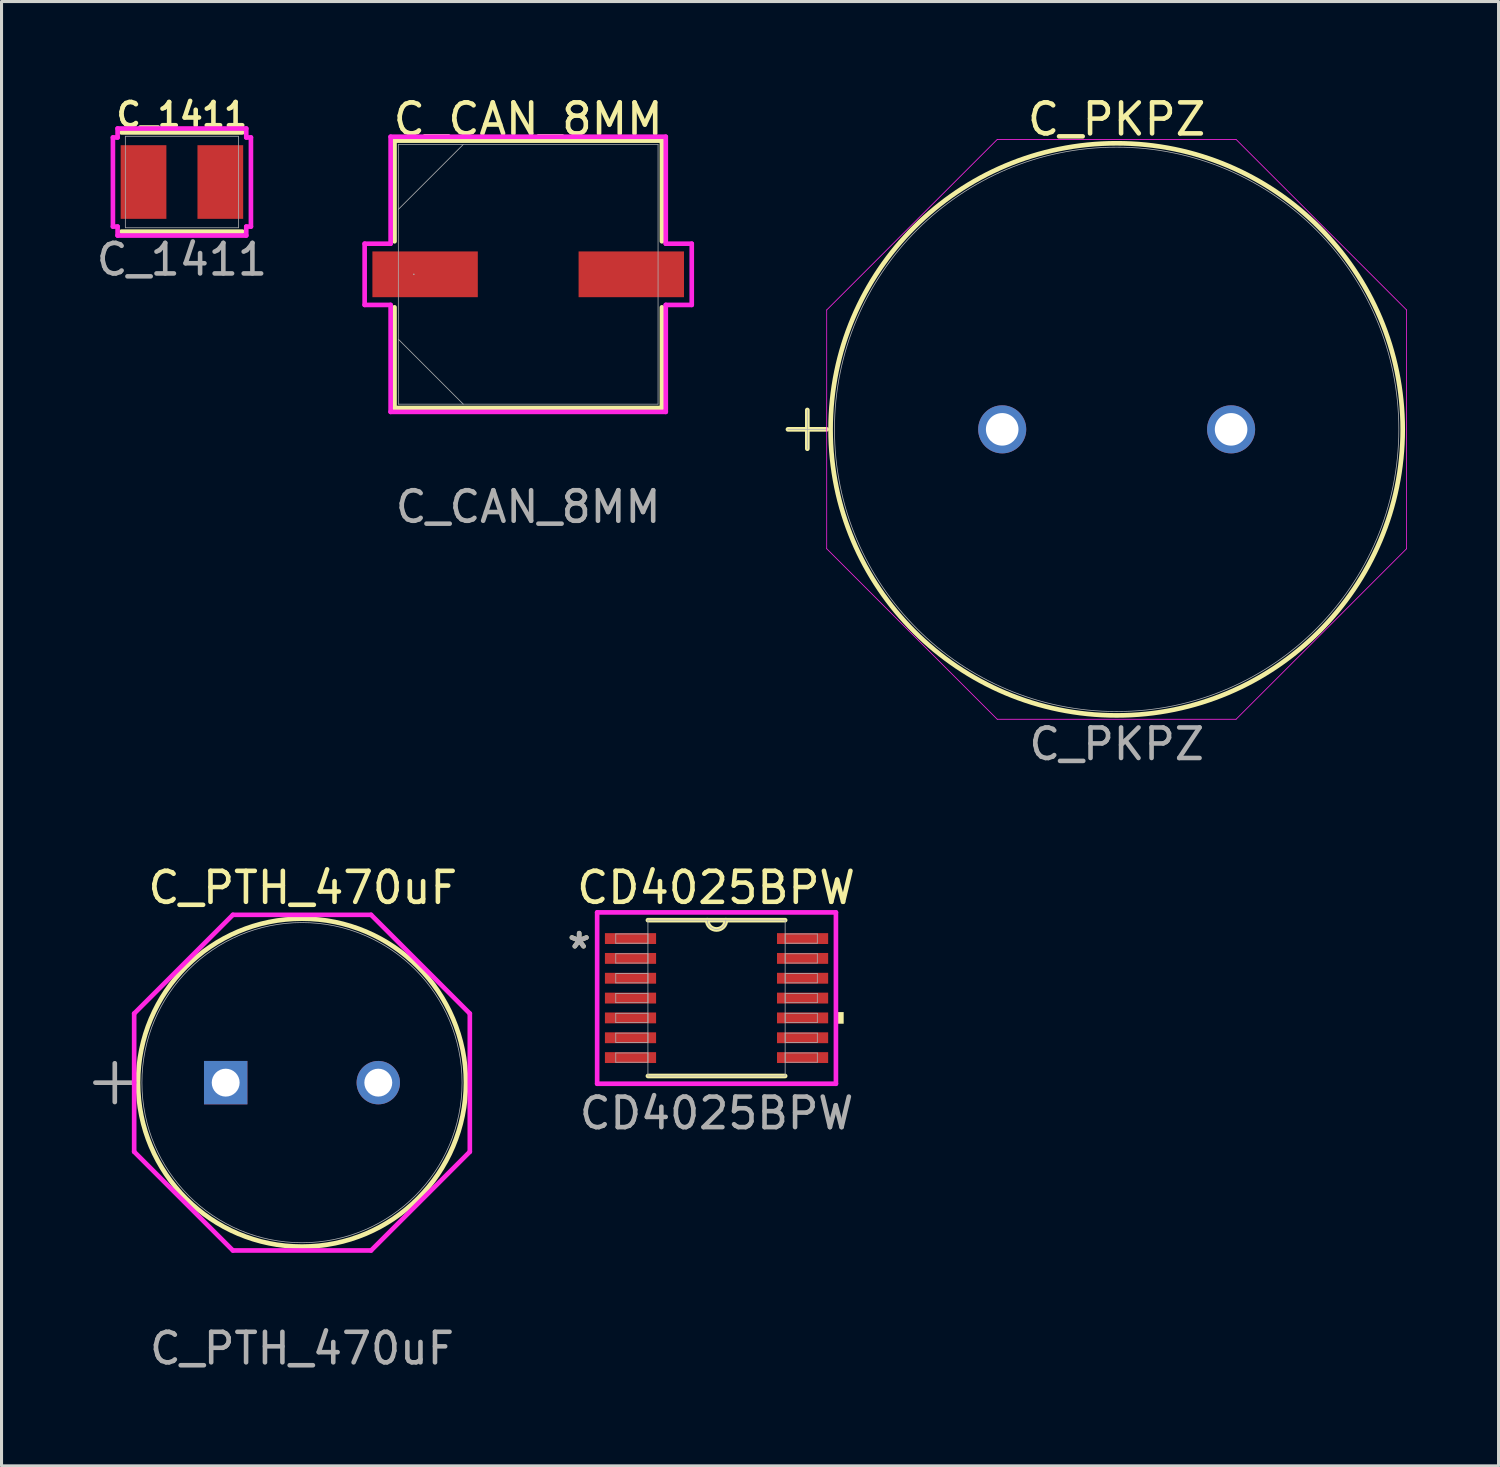
<source format=kicad_pcb>
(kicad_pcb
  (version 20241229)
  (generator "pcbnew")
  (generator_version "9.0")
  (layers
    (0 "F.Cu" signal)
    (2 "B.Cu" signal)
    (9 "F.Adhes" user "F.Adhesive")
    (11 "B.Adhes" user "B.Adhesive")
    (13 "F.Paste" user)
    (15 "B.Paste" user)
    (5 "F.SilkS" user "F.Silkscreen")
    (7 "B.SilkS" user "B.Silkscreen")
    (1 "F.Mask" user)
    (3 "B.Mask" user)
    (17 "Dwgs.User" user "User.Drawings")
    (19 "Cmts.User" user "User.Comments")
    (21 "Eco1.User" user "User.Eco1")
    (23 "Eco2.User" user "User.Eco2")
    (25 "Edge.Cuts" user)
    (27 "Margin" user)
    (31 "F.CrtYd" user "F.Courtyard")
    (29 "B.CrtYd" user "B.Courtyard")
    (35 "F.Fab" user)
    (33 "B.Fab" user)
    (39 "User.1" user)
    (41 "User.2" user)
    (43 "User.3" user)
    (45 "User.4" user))
  (footprint "C_PKPZ"
    (layer "F.Cu")
    (at 29.788 11.018)
    (property "Reference" "C_PKPZ" (at 3.75 -10.16 0) (unlocked yes) (layer "F.SilkS") (effects (font (size 1.016 1.016) (thickness 0.15))))
    (attr through_hole)
    (fp_line (start -7.02 0) (end -5.75 0) (stroke (width 0.152) (type solid)) (layer "F.SilkS"))
    (fp_line (start -6.385 -0.635) (end -6.385 0.635) (stroke (width 0.152) (type solid)) (layer "F.SilkS"))
    (fp_circle (center 3.75 0) (end 13.123 0) (stroke (width 0.152) (type solid)) (fill no) (layer "F.SilkS"))
    (fp_line (start -5.75 -3.912) (end -0.162 -9.5) (stroke (width 0.025) (type solid)) (layer "F.CrtYd"))
    (fp_line (start -5.75 3.912) (end -5.75 -3.912) (stroke (width 0.025) (type solid)) (layer "F.CrtYd"))
    (fp_line (start -0.162 -9.5) (end 7.662 -9.5) (stroke (width 0.025) (type solid)) (layer "F.CrtYd"))
    (fp_line (start -0.162 9.5) (end -5.75 3.912) (stroke (width 0.025) (type solid)) (layer "F.CrtYd"))
    (fp_line (start 7.662 -9.5) (end 13.25 -3.912) (stroke (width 0.025) (type solid)) (layer "F.CrtYd"))
    (fp_line (start 7.662 9.5) (end -0.162 9.5) (stroke (width 0.025) (type solid)) (layer "F.CrtYd"))
    (fp_line (start 13.25 -3.912) (end 13.25 3.912) (stroke (width 0.025) (type solid)) (layer "F.CrtYd"))
    (fp_line (start 13.25 3.912) (end 7.662 9.5) (stroke (width 0.025) (type solid)) (layer "F.CrtYd"))
    (fp_line (start -7.02 0) (end -5.75 0) (stroke (width 0.025) (type solid)) (layer "F.Fab"))
    (fp_line (start -6.385 -0.635) (end -6.385 0.635) (stroke (width 0.025) (type solid)) (layer "F.Fab"))
    (fp_circle (center 3.75 0) (end 12.996 0) (stroke (width 0.025) (type solid)) (fill no) (layer "F.Fab"))
    (fp_text user "${REFERENCE}" (at 3.752 10.313 0) (unlocked yes) (layer "F.Fab") (effects (font (size 1 1) (thickness 0.15))))
    (pad "1" thru_hole circle (at 0 0) (size 1.575 1.575) (drill 1.067) (layers "*.Cu" "*.Mask"))
    (pad "2" thru_hole circle (at 7.5 0) (size 1.575 1.575) (drill 1.067) (layers "*.Cu" "*.Mask")))
  (footprint "CD4025BPW"
    (layer "F.Cu")
    (at 20.428 29.653)
    (property "Reference" "CD4025BPW" (at -0.015 -3.617 0) (unlocked yes) (layer "F.SilkS") (effects (font (size 1.016 1.016) (thickness 0.15))))
    (attr smd)
    (fp_line (start -2.248 2.553) (end 2.248 2.553) (stroke (width 0.152) (type solid)) (layer "F.SilkS"))
    (fp_line (start 2.248 -2.553) (end -2.248 -2.553) (stroke (width 0.152) (type solid)) (layer "F.SilkS"))
    (fp_arc (start 0.3048 -2.5527) (mid 0 -2.2479) (end -0.3048 -2.5527) (stroke (width 0.1524) (type solid)) (layer "F.SilkS"))
    (fp_poly (pts (xy 4.166 0.459) (xy 4.166 0.84) (xy 3.912 0.84) (xy 3.912 0.459)) (stroke (width 0) (type solid)) (fill yes) (layer "F.SilkS"))
    (fp_line (start -3.912 -2.807) (end 3.912 -2.807) (stroke (width 0.152) (type solid)) (layer "F.CrtYd"))
    (fp_line (start -3.912 2.807) (end -3.912 -2.807) (stroke (width 0.152) (type solid)) (layer "F.CrtYd"))
    (fp_line (start 3.912 -2.807) (end 3.912 2.807) (stroke (width 0.152) (type solid)) (layer "F.CrtYd"))
    (fp_line (start 3.912 2.807) (end -3.912 2.807) (stroke (width 0.152) (type solid)) (layer "F.CrtYd"))
    (fp_line (start -3.302 -2.102) (end -3.302 -1.798) (stroke (width 0.025) (type solid)) (layer "F.Fab"))
    (fp_line (start -3.302 -1.798) (end -2.248 -1.798) (stroke (width 0.025) (type solid)) (layer "F.Fab"))
    (fp_line (start -3.302 -1.452) (end -3.302 -1.148) (stroke (width 0.025) (type solid)) (layer "F.Fab"))
    (fp_line (start -3.302 -1.148) (end -2.248 -1.148) (stroke (width 0.025) (type solid)) (layer "F.Fab"))
    (fp_line (start -3.302 -0.802) (end -3.302 -0.498) (stroke (width 0.025) (type solid)) (layer "F.Fab"))
    (fp_line (start -3.302 -0.498) (end -2.248 -0.498) (stroke (width 0.025) (type solid)) (layer "F.Fab"))
    (fp_line (start -3.302 -0.152) (end -3.302 0.152) (stroke (width 0.025) (type solid)) (layer "F.Fab"))
    (fp_line (start -3.302 0.152) (end -2.248 0.152) (stroke (width 0.025) (type solid)) (layer "F.Fab"))
    (fp_line (start -3.302 0.498) (end -3.302 0.802) (stroke (width 0.025) (type solid)) (layer "F.Fab"))
    (fp_line (start -3.302 0.802) (end -2.248 0.802) (stroke (width 0.025) (type solid)) (layer "F.Fab"))
    (fp_line (start -3.302 1.148) (end -3.302 1.452) (stroke (width 0.025) (type solid)) (layer "F.Fab"))
    (fp_line (start -3.302 1.452) (end -2.248 1.452) (stroke (width 0.025) (type solid)) (layer "F.Fab"))
    (fp_line (start -3.302 1.798) (end -3.302 2.102) (stroke (width 0.025) (type solid)) (layer "F.Fab"))
    (fp_line (start -3.302 2.102) (end -2.248 2.102) (stroke (width 0.025) (type solid)) (layer "F.Fab"))
    (fp_line (start -2.248 -2.553) (end -2.248 2.553) (stroke (width 0.025) (type solid)) (layer "F.Fab"))
    (fp_line (start -2.248 -2.102) (end -3.302 -2.102) (stroke (width 0.025) (type solid)) (layer "F.Fab"))
    (fp_line (start -2.248 -1.798) (end -2.248 -2.102) (stroke (width 0.025) (type solid)) (layer "F.Fab"))
    (fp_line (start -2.248 -1.452) (end -3.302 -1.452) (stroke (width 0.025) (type solid)) (layer "F.Fab"))
    (fp_line (start -2.248 -1.148) (end -2.248 -1.452) (stroke (width 0.025) (type solid)) (layer "F.Fab"))
    (fp_line (start -2.248 -0.802) (end -3.302 -0.802) (stroke (width 0.025) (type solid)) (layer "F.Fab"))
    (fp_line (start -2.248 -0.498) (end -2.248 -0.802) (stroke (width 0.025) (type solid)) (layer "F.Fab"))
    (fp_line (start -2.248 -0.152) (end -3.302 -0.152) (stroke (width 0.025) (type solid)) (layer "F.Fab"))
    (fp_line (start -2.248 0.152) (end -2.248 -0.152) (stroke (width 0.025) (type solid)) (layer "F.Fab"))
    (fp_line (start -2.248 0.498) (end -3.302 0.498) (stroke (width 0.025) (type solid)) (layer "F.Fab"))
    (fp_line (start -2.248 0.802) (end -2.248 0.498) (stroke (width 0.025) (type solid)) (layer "F.Fab"))
    (fp_line (start -2.248 1.148) (end -3.302 1.148) (stroke (width 0.025) (type solid)) (layer "F.Fab"))
    (fp_line (start -2.248 1.452) (end -2.248 1.148) (stroke (width 0.025) (type solid)) (layer "F.Fab"))
    (fp_line (start -2.248 1.798) (end -3.302 1.798) (stroke (width 0.025) (type solid)) (layer "F.Fab"))
    (fp_line (start -2.248 2.102) (end -2.248 1.798) (stroke (width 0.025) (type solid)) (layer "F.Fab"))
    (fp_line (start -2.248 2.553) (end 2.248 2.553) (stroke (width 0.025) (type solid)) (layer "F.Fab"))
    (fp_line (start 2.248 -2.553) (end -2.248 -2.553) (stroke (width 0.025) (type solid)) (layer "F.Fab"))
    (fp_line (start 2.248 -2.102) (end 2.248 -1.798) (stroke (width 0.025) (type solid)) (layer "F.Fab"))
    (fp_line (start 2.248 -1.798) (end 3.302 -1.798) (stroke (width 0.025) (type solid)) (layer "F.Fab"))
    (fp_line (start 2.248 -1.452) (end 2.248 -1.148) (stroke (width 0.025) (type solid)) (layer "F.Fab"))
    (fp_line (start 2.248 -1.148) (end 3.302 -1.148) (stroke (width 0.025) (type solid)) (layer "F.Fab"))
    (fp_line (start 2.248 -0.802) (end 2.248 -0.498) (stroke (width 0.025) (type solid)) (layer "F.Fab"))
    (fp_line (start 2.248 -0.498) (end 3.302 -0.498) (stroke (width 0.025) (type solid)) (layer "F.Fab"))
    (fp_line (start 2.248 -0.152) (end 2.248 0.152) (stroke (width 0.025) (type solid)) (layer "F.Fab"))
    (fp_line (start 2.248 0.152) (end 3.302 0.152) (stroke (width 0.025) (type solid)) (layer "F.Fab"))
    (fp_line (start 2.248 0.498) (end 2.248 0.802) (stroke (width 0.025) (type solid)) (layer "F.Fab"))
    (fp_line (start 2.248 0.802) (end 3.302 0.802) (stroke (width 0.025) (type solid)) (layer "F.Fab"))
    (fp_line (start 2.248 1.148) (end 2.248 1.452) (stroke (width 0.025) (type solid)) (layer "F.Fab"))
    (fp_line (start 2.248 1.452) (end 3.302 1.452) (stroke (width 0.025) (type solid)) (layer "F.Fab"))
    (fp_line (start 2.248 1.798) (end 2.248 2.102) (stroke (width 0.025) (type solid)) (layer "F.Fab"))
    (fp_line (start 2.248 2.102) (end 3.302 2.102) (stroke (width 0.025) (type solid)) (layer "F.Fab"))
    (fp_line (start 2.248 2.553) (end 2.248 -2.553) (stroke (width 0.025) (type solid)) (layer "F.Fab"))
    (fp_line (start 3.302 -2.102) (end 2.248 -2.102) (stroke (width 0.025) (type solid)) (layer "F.Fab"))
    (fp_line (start 3.302 -1.798) (end 3.302 -2.102) (stroke (width 0.025) (type solid)) (layer "F.Fab"))
    (fp_line (start 3.302 -1.452) (end 2.248 -1.452) (stroke (width 0.025) (type solid)) (layer "F.Fab"))
    (fp_line (start 3.302 -1.148) (end 3.302 -1.452) (stroke (width 0.025) (type solid)) (layer "F.Fab"))
    (fp_line (start 3.302 -0.802) (end 2.248 -0.802) (stroke (width 0.025) (type solid)) (layer "F.Fab"))
    (fp_line (start 3.302 -0.498) (end 3.302 -0.802) (stroke (width 0.025) (type solid)) (layer "F.Fab"))
    (fp_line (start 3.302 -0.152) (end 2.248 -0.152) (stroke (width 0.025) (type solid)) (layer "F.Fab"))
    (fp_line (start 3.302 0.152) (end 3.302 -0.152) (stroke (width 0.025) (type solid)) (layer "F.Fab"))
    (fp_line (start 3.302 0.498) (end 2.248 0.498) (stroke (width 0.025) (type solid)) (layer "F.Fab"))
    (fp_line (start 3.302 0.802) (end 3.302 0.498) (stroke (width 0.025) (type solid)) (layer "F.Fab"))
    (fp_line (start 3.302 1.148) (end 2.248 1.148) (stroke (width 0.025) (type solid)) (layer "F.Fab"))
    (fp_line (start 3.302 1.452) (end 3.302 1.148) (stroke (width 0.025) (type solid)) (layer "F.Fab"))
    (fp_line (start 3.302 1.798) (end 2.248 1.798) (stroke (width 0.025) (type solid)) (layer "F.Fab"))
    (fp_line (start 3.302 2.102) (end 3.302 1.798) (stroke (width 0.025) (type solid)) (layer "F.Fab"))
    (fp_arc (start 0.3048 -2.5527) (mid 0 -2.2479) (end -0.3048 -2.5527) (stroke (width 0.0254) (type solid)) (layer "F.Fab"))
    (fp_text user "*" (at -4.501 -1.582 0) (layer "F.SilkS") (effects (font (size 1 1) (thickness 0.15))))
    (fp_text user "${REFERENCE}" (at 0.002 3.773 0) (unlocked yes) (layer "F.Fab") (effects (font (size 1 1) (thickness 0.15))))
    (fp_text user "*" (at -4.501 -1.582 0) (layer "F.Fab") (effects (font (size 1 1) (thickness 0.15))))
    (pad "1" smd rect (at -2.819 -1.95) (size 1.676 0.356) (layers "F.Cu" "F.Mask" "F.Paste"))
    (pad "2" smd rect (at -2.819 -1.3) (size 1.676 0.356) (layers "F.Cu" "F.Mask" "F.Paste"))
    (pad "3" smd rect (at -2.819 -0.65) (size 1.676 0.356) (layers "F.Cu" "F.Mask" "F.Paste"))
    (pad "4" smd rect (at -2.819 0) (size 1.676 0.356) (layers "F.Cu" "F.Mask" "F.Paste"))
    (pad "5" smd rect (at -2.819 0.65) (size 1.676 0.356) (layers "F.Cu" "F.Mask" "F.Paste"))
    (pad "6" smd rect (at -2.819 1.3) (size 1.676 0.356) (layers "F.Cu" "F.Mask" "F.Paste"))
    (pad "7" smd rect (at -2.819 1.95) (size 1.676 0.356) (layers "F.Cu" "F.Mask" "F.Paste"))
    (pad "8" smd rect (at 2.819 1.95) (size 1.676 0.356) (layers "F.Cu" "F.Mask" "F.Paste"))
    (pad "9" smd rect (at 2.819 1.3) (size 1.676 0.356) (layers "F.Cu" "F.Mask" "F.Paste"))
    (pad "10" smd rect (at 2.819 0.65) (size 1.676 0.356) (layers "F.Cu" "F.Mask" "F.Paste"))
    (pad "11" smd rect (at 2.819 0) (size 1.676 0.356) (layers "F.Cu" "F.Mask" "F.Paste"))
    (pad "12" smd rect (at 2.819 -0.65) (size 1.676 0.356) (layers "F.Cu" "F.Mask" "F.Paste"))
    (pad "13" smd rect (at 2.819 -1.3) (size 1.676 0.356) (layers "F.Cu" "F.Mask" "F.Paste"))
    (pad "14" smd rect (at 2.819 -1.95) (size 1.676 0.356) (layers "F.Cu" "F.Mask" "F.Paste")))
  (footprint "C_1411"
    (layer "F.Cu")
    (at 2.911 2.914)
    (property "Reference" "C_1411" (at -0.002 -2.205 0) (unlocked yes) (layer "F.SilkS") (effects (font (size 0.762 0.762) (thickness 0.15))))
    (attr smd)
    (fp_line (start -1.981 1.626) (end 1.981 1.626) (stroke (width 0.152) (type solid)) (layer "F.SilkS"))
    (fp_line (start 1.981 -1.626) (end -1.981 -1.626) (stroke (width 0.152) (type solid)) (layer "F.SilkS"))
    (fp_line (start -2.261 -1.46) (end -2.108 -1.46) (stroke (width 0.152) (type solid)) (layer "F.CrtYd"))
    (fp_line (start -2.261 1.46) (end -2.261 -1.46) (stroke (width 0.152) (type solid)) (layer "F.CrtYd"))
    (fp_line (start -2.108 -1.753) (end 2.108 -1.753) (stroke (width 0.152) (type solid)) (layer "F.CrtYd"))
    (fp_line (start -2.108 -1.46) (end -2.108 -1.753) (stroke (width 0.152) (type solid)) (layer "F.CrtYd"))
    (fp_line (start -2.108 1.46) (end -2.261 1.46) (stroke (width 0.152) (type solid)) (layer "F.CrtYd"))
    (fp_line (start -2.108 1.753) (end -2.108 1.46) (stroke (width 0.152) (type solid)) (layer "F.CrtYd"))
    (fp_line (start 2.108 -1.753) (end 2.108 -1.46) (stroke (width 0.152) (type solid)) (layer "F.CrtYd"))
    (fp_line (start 2.108 -1.46) (end 2.261 -1.46) (stroke (width 0.152) (type solid)) (layer "F.CrtYd"))
    (fp_line (start 2.108 1.46) (end 2.108 1.753) (stroke (width 0.152) (type solid)) (layer "F.CrtYd"))
    (fp_line (start 2.108 1.753) (end -2.108 1.753) (stroke (width 0.152) (type solid)) (layer "F.CrtYd"))
    (fp_line (start 2.261 -1.46) (end 2.261 1.46) (stroke (width 0.152) (type solid)) (layer "F.CrtYd"))
    (fp_line (start 2.261 1.46) (end 2.108 1.46) (stroke (width 0.152) (type solid)) (layer "F.CrtYd"))
    (fp_line (start -1.854 -1.499) (end -1.854 1.499) (stroke (width 0.025) (type solid)) (layer "F.Fab"))
    (fp_line (start -1.854 1.499) (end 1.854 1.499) (stroke (width 0.025) (type solid)) (layer "F.Fab"))
    (fp_line (start 1.854 -1.499) (end -1.854 -1.499) (stroke (width 0.025) (type solid)) (layer "F.Fab"))
    (fp_line (start 1.854 1.499) (end 1.854 -1.499) (stroke (width 0.025) (type solid)) (layer "F.Fab"))
    (fp_text user "${REFERENCE}" (at 0 2.54 0) (unlocked yes) (layer "F.Fab") (effects (font (size 1 1) (thickness 0.15))))
    (pad "1" smd rect (at -1.258 0 90) (size 2.413 1.498) (layers "F.Cu" "F.Mask" "F.Paste"))
    (pad "2" smd rect (at 1.258 0 90) (size 2.413 1.498) (layers "F.Cu" "F.Mask" "F.Paste"))
    (zone (net_name "") (layer "F.Cu") (hatch full 0.508) (connect_pads) (min_thickness 0.254) (filled_areas_thickness no) (keepout (tracks not_allowed) (vias not_allowed) (pads allowed) (copperpour not_allowed) (footprints allowed)) (placement (enabled no)) (fill) (polygon (pts (xy 1.107 1.467) (xy 4.714 1.467) (xy 4.714 1.657) (xy 1.107 1.657))))
    (zone (net_name "") (layer "F.Cu") (hatch full 0.508) (connect_pads) (min_thickness 0.254) (filled_areas_thickness no) (keepout (tracks not_allowed) (vias not_allowed) (pads allowed) (copperpour not_allowed) (footprints allowed)) (placement (enabled no)) (fill) (polygon (pts (xy 1.107 4.172) (xy 4.714 4.172) (xy 4.714 4.362) (xy 1.107 4.362))))
    (zone (net_name "") (layer "F.Cu") (hatch full 0.508) (connect_pads) (min_thickness 0.254) (filled_areas_thickness no) (keepout (tracks not_allowed) (vias not_allowed) (pads allowed) (copperpour not_allowed) (footprints allowed)) (placement (enabled no)) (fill) (polygon (pts (xy 2.452 1.657) (xy 3.369 1.657) (xy 3.369 4.172) (xy 2.452 4.172)))))
  (footprint "C_PTH_470uF"
    (layer "F.Cu")
    (at 4.345 32.424)
    (property "Reference" "C_PTH_470uF" (at 2.526 -6.387 0) (unlocked yes) (layer "F.SilkS") (effects (font (size 1.016 1.016) (thickness 0.15))))
    (attr through_hole)
    (fp_circle (center 2.5 0) (end 7.872 0) (stroke (width 0.152) (type solid)) (fill no) (layer "F.SilkS"))
    (fp_line (start -2.999 -2.264) (end 0.236 -5.499) (stroke (width 0.152) (type solid)) (layer "F.CrtYd"))
    (fp_line (start -2.999 2.264) (end -2.999 -2.264) (stroke (width 0.152) (type solid)) (layer "F.CrtYd"))
    (fp_line (start 0.236 -5.499) (end 4.764 -5.499) (stroke (width 0.152) (type solid)) (layer "F.CrtYd"))
    (fp_line (start 0.236 5.499) (end -2.999 2.264) (stroke (width 0.152) (type solid)) (layer "F.CrtYd"))
    (fp_line (start 4.764 -5.499) (end 7.999 -2.264) (stroke (width 0.152) (type solid)) (layer "F.CrtYd"))
    (fp_line (start 4.764 5.499) (end 0.236 5.499) (stroke (width 0.152) (type solid)) (layer "F.CrtYd"))
    (fp_line (start 7.999 -2.264) (end 7.999 2.264) (stroke (width 0.152) (type solid)) (layer "F.CrtYd"))
    (fp_line (start 7.999 2.264) (end 4.764 5.499) (stroke (width 0.152) (type solid)) (layer "F.CrtYd"))
    (fp_line (start -4.269 0) (end -2.999 0) (stroke (width 0.025) (type solid)) (layer "F.Fab"))
    (fp_line (start -4.269 0) (end -2.999 0) (stroke (width 0.152) (type solid)) (layer "F.Fab"))
    (fp_line (start -3.634 -0.635) (end -3.634 0.635) (stroke (width 0.152) (type solid)) (layer "F.Fab"))
    (fp_circle (center 2.5 0) (end 7.745 0) (stroke (width 0.025) (type solid)) (fill no) (layer "F.Fab"))
    (fp_text user "${REFERENCE}" (at 2.501 8.709 0) (unlocked yes) (layer "F.Fab") (effects (font (size 1 1) (thickness 0.15))))
    (pad "1" thru_hole rect (at 0 0) (size 1.422 1.422) (drill 0.914) (layers "*.Cu" "*.Mask"))
    (pad "2" thru_hole circle (at 5 0) (size 1.422 1.422) (drill 0.914) (layers "*.Cu" "*.Mask")))
  (footprint "C_CAN_8MM"
    (layer "F.Cu")
    (at 14.257 5.938)
    (property "Reference" "C_CAN_8MM" (at 0 -5.08 0) (unlocked yes) (layer "F.SilkS") (effects (font (size 1.016 1.016) (thickness 0.15))))
    (attr smd)
    (fp_line (start -4.381 -4.381) (end -4.381 -1.082) (stroke (width 0.152) (type solid)) (layer "F.SilkS"))
    (fp_line (start -4.381 1.082) (end -4.381 4.381) (stroke (width 0.152) (type solid)) (layer "F.SilkS"))
    (fp_line (start -4.381 4.381) (end 4.381 4.381) (stroke (width 0.152) (type solid)) (layer "F.SilkS"))
    (fp_line (start 4.381 -4.381) (end -4.381 -4.381) (stroke (width 0.152) (type solid)) (layer "F.SilkS"))
    (fp_line (start 4.381 -1.082) (end 4.381 -4.381) (stroke (width 0.152) (type solid)) (layer "F.SilkS"))
    (fp_line (start 4.381 4.381) (end 4.381 1.082) (stroke (width 0.152) (type solid)) (layer "F.SilkS"))
    (fp_line (start -5.359 -1.003) (end -4.508 -1.003) (stroke (width 0.152) (type solid)) (layer "F.CrtYd"))
    (fp_line (start -5.359 1.003) (end -5.359 -1.003) (stroke (width 0.152) (type solid)) (layer "F.CrtYd"))
    (fp_line (start -4.508 -4.508) (end 4.508 -4.508) (stroke (width 0.152) (type solid)) (layer "F.CrtYd"))
    (fp_line (start -4.508 -1.003) (end -4.508 -4.508) (stroke (width 0.152) (type solid)) (layer "F.CrtYd"))
    (fp_line (start -4.508 1.003) (end -5.359 1.003) (stroke (width 0.152) (type solid)) (layer "F.CrtYd"))
    (fp_line (start -4.508 4.508) (end -4.508 1.003) (stroke (width 0.152) (type solid)) (layer "F.CrtYd"))
    (fp_line (start 4.508 -4.508) (end 4.508 -1.003) (stroke (width 0.152) (type solid)) (layer "F.CrtYd"))
    (fp_line (start 4.508 -1.003) (end 5.359 -1.003) (stroke (width 0.152) (type solid)) (layer "F.CrtYd"))
    (fp_line (start 4.508 1.003) (end 4.508 4.508) (stroke (width 0.152) (type solid)) (layer "F.CrtYd"))
    (fp_line (start 4.508 4.508) (end -4.508 4.508) (stroke (width 0.152) (type solid)) (layer "F.CrtYd"))
    (fp_line (start 5.359 -1.003) (end 5.359 1.003) (stroke (width 0.152) (type solid)) (layer "F.CrtYd"))
    (fp_line (start 5.359 1.003) (end 4.508 1.003) (stroke (width 0.152) (type solid)) (layer "F.CrtYd"))
    (fp_line (start -4.255 -4.255) (end -4.255 4.255) (stroke (width 0.025) (type solid)) (layer "F.Fab"))
    (fp_line (start -4.255 -2.127) (end -2.127 -4.255) (stroke (width 0.025) (type solid)) (layer "F.Fab"))
    (fp_line (start -4.255 2.127) (end -2.127 4.255) (stroke (width 0.025) (type solid)) (layer "F.Fab"))
    (fp_line (start -4.255 4.255) (end 4.255 4.255) (stroke (width 0.025) (type solid)) (layer "F.Fab"))
    (fp_line (start 4.255 -4.255) (end -4.255 -4.255) (stroke (width 0.025) (type solid)) (layer "F.Fab"))
    (fp_line (start 4.255 4.255) (end 4.255 -4.255) (stroke (width 0.025) (type solid)) (layer "F.Fab"))
    (fp_circle (center -3.747 0) (end -3.747 0) (stroke (width 0.025) (type solid)) (fill no) (layer "F.Fab"))
    (fp_text user "${REFERENCE}" (at 0 7.62 0) (unlocked yes) (layer "F.Fab") (effects (font (size 1 1) (thickness 0.15))))
    (pad "1" smd rect (at -3.378 0) (size 3.454 1.499) (layers "F.Cu" "F.Mask" "F.Paste"))
    (pad "2" smd rect (at 3.378 0) (size 3.454 1.499) (layers "F.Cu" "F.Mask" "F.Paste"))
    (zone (net_name "") (layer "F.Cu") (hatch full 0.508) (connect_pads) (min_thickness 0.254) (filled_areas_thickness no) (keepout (tracks not_allowed) (vias not_allowed) (pads allowed) (copperpour not_allowed) (footprints allowed)) (placement (enabled no)) (fill) (polygon (pts (xy 10.053 1.734) (xy 18.461 1.734) (xy 18.461 5.138) (xy 10.053 5.138))))
    (zone (net_name "") (layer "F.Cu") (hatch full 0.508) (connect_pads) (min_thickness 0.254) (filled_areas_thickness no) (keepout (tracks not_allowed) (vias not_allowed) (pads allowed) (copperpour not_allowed) (footprints allowed)) (placement (enabled no)) (fill) (polygon (pts (xy 10.053 6.738) (xy 18.461 6.738) (xy 18.461 10.141) (xy 10.053 10.141))))
    (zone (net_name "") (layer "F.Cu") (hatch full 0.508) (connect_pads) (min_thickness 0.254) (filled_areas_thickness no) (keepout (tracks not_allowed) (vias not_allowed) (pads allowed) (copperpour not_allowed) (footprints allowed)) (placement (enabled no)) (fill) (polygon (pts (xy 12.657 5.138) (xy 15.857 5.138) (xy 15.857 6.738) (xy 12.657 6.738)))))
  (gr_rect
    (start -3 -3)
    (end 46.051 44.98)
    (stroke (width 0.1) (type default))
    (fill no)
    (layer "Edge.Cuts")))
</source>
